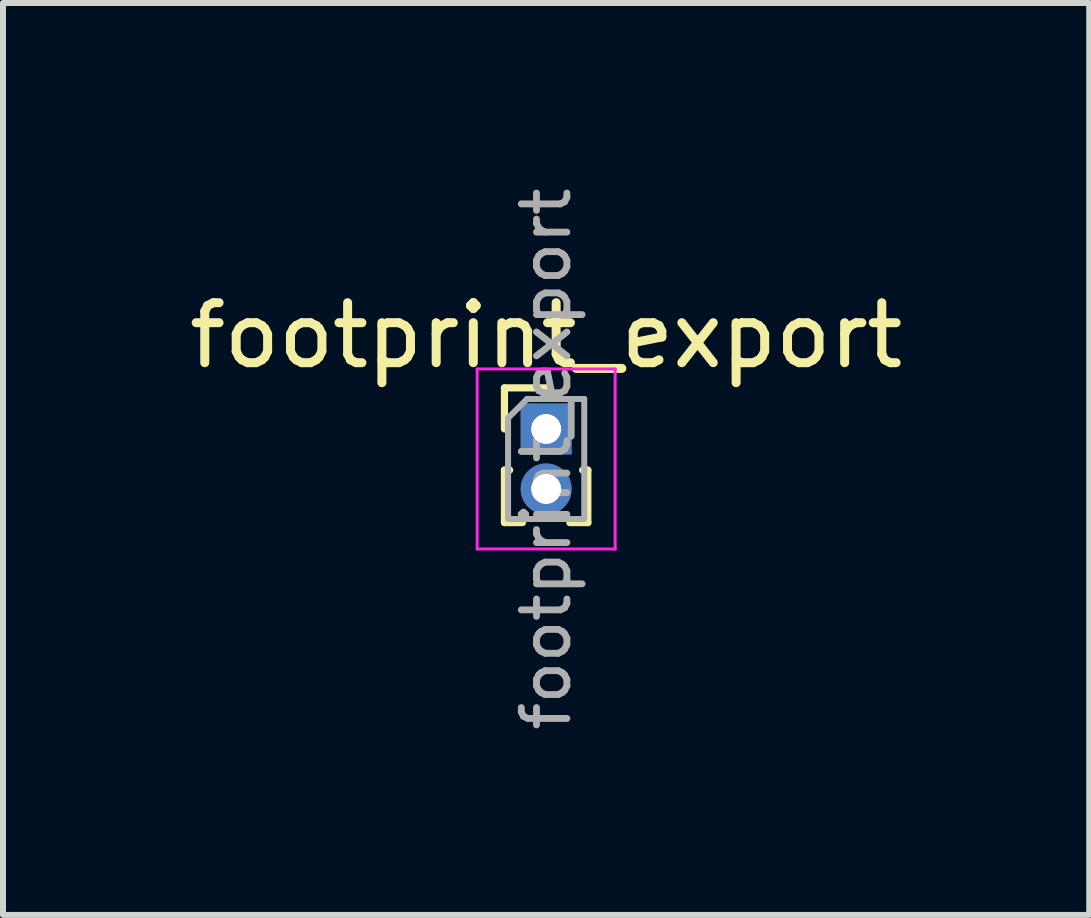
<source format=kicad_pcb>
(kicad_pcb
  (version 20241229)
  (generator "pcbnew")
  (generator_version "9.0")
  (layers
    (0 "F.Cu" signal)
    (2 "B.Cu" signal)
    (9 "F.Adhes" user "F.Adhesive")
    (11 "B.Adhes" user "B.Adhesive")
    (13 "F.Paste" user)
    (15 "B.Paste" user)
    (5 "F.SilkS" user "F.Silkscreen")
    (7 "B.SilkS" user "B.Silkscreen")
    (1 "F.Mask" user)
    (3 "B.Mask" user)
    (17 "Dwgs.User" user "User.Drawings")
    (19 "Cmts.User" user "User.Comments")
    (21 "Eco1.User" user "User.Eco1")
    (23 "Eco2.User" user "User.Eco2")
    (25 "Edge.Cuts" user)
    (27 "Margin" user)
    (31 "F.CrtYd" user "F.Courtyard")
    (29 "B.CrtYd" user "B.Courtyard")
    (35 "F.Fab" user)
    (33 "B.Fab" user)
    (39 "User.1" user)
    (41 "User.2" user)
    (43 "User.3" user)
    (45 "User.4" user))
  (footprint "footprint_export"
    (layer "F.Cu")
    (at 6.054 4.101)
    (property "Reference" "footprint_export" (at 0 -1.56 0) (layer "F.SilkS") (effects (font (size 1 1) (thickness 0.15))))
    (attr through_hole)
    (fp_line (start -0.695 -0.685) (end 0 -0.685) (stroke (width 0.12) (type solid)) (layer "F.SilkS"))
    (fp_line (start -0.695 0) (end -0.695 -0.685) (stroke (width 0.12) (type solid)) (layer "F.SilkS"))
    (fp_line (start -0.695 0.685) (end -0.695 1.56) (stroke (width 0.12) (type solid)) (layer "F.SilkS"))
    (fp_line (start -0.695 0.685) (end -0.608 0.685) (stroke (width 0.12) (type solid)) (layer "F.SilkS"))
    (fp_line (start -0.695 1.56) (end -0.394 1.56) (stroke (width 0.12) (type solid)) (layer "F.SilkS"))
    (fp_line (start 0.394 1.56) (end 0.695 1.56) (stroke (width 0.12) (type solid)) (layer "F.SilkS"))
    (fp_line (start 0.608 0.685) (end 0.695 0.685) (stroke (width 0.12) (type solid)) (layer "F.SilkS"))
    (fp_line (start 0.695 0.685) (end 0.695 1.56) (stroke (width 0.12) (type solid)) (layer "F.SilkS"))
    (fp_line (start -1.15 -1) (end -1.15 2) (stroke (width 0.05) (type solid)) (layer "F.CrtYd"))
    (fp_line (start -1.15 2) (end 1.15 2) (stroke (width 0.05) (type solid)) (layer "F.CrtYd"))
    (fp_line (start 1.15 -1) (end -1.15 -1) (stroke (width 0.05) (type solid)) (layer "F.CrtYd"))
    (fp_line (start 1.15 2) (end 1.15 -1) (stroke (width 0.05) (type solid)) (layer "F.CrtYd"))
    (fp_line (start -0.635 -0.182) (end -0.318 -0.5) (stroke (width 0.1) (type solid)) (layer "F.Fab"))
    (fp_line (start -0.635 1.5) (end -0.635 -0.182) (stroke (width 0.1) (type solid)) (layer "F.Fab"))
    (fp_line (start -0.318 -0.5) (end 0.635 -0.5) (stroke (width 0.1) (type solid)) (layer "F.Fab"))
    (fp_line (start 0.635 -0.5) (end 0.635 1.5) (stroke (width 0.1) (type solid)) (layer "F.Fab"))
    (fp_line (start 0.635 1.5) (end -0.635 1.5) (stroke (width 0.1) (type solid)) (layer "F.Fab"))
    (fp_text user "${REFERENCE}" (at 0 0.5 90) (layer "F.Fab") (effects (font (size 0.76 0.76) (thickness 0.114))))
    (pad "1" thru_hole rect (at 0 0) (size 0.85 0.85) (drill 0.5) (layers "*.Cu" "*.Mask"))
    (pad "2" thru_hole oval (at 0 1) (size 0.85 0.85) (drill 0.5) (layers "*.Cu" "*.Mask")))
  (gr_rect
    (start -3 -3)
    (end 15.107 12.201)
    (stroke (width 0.1) (type default))
    (fill no)
    (layer "Edge.Cuts")))
</source>
